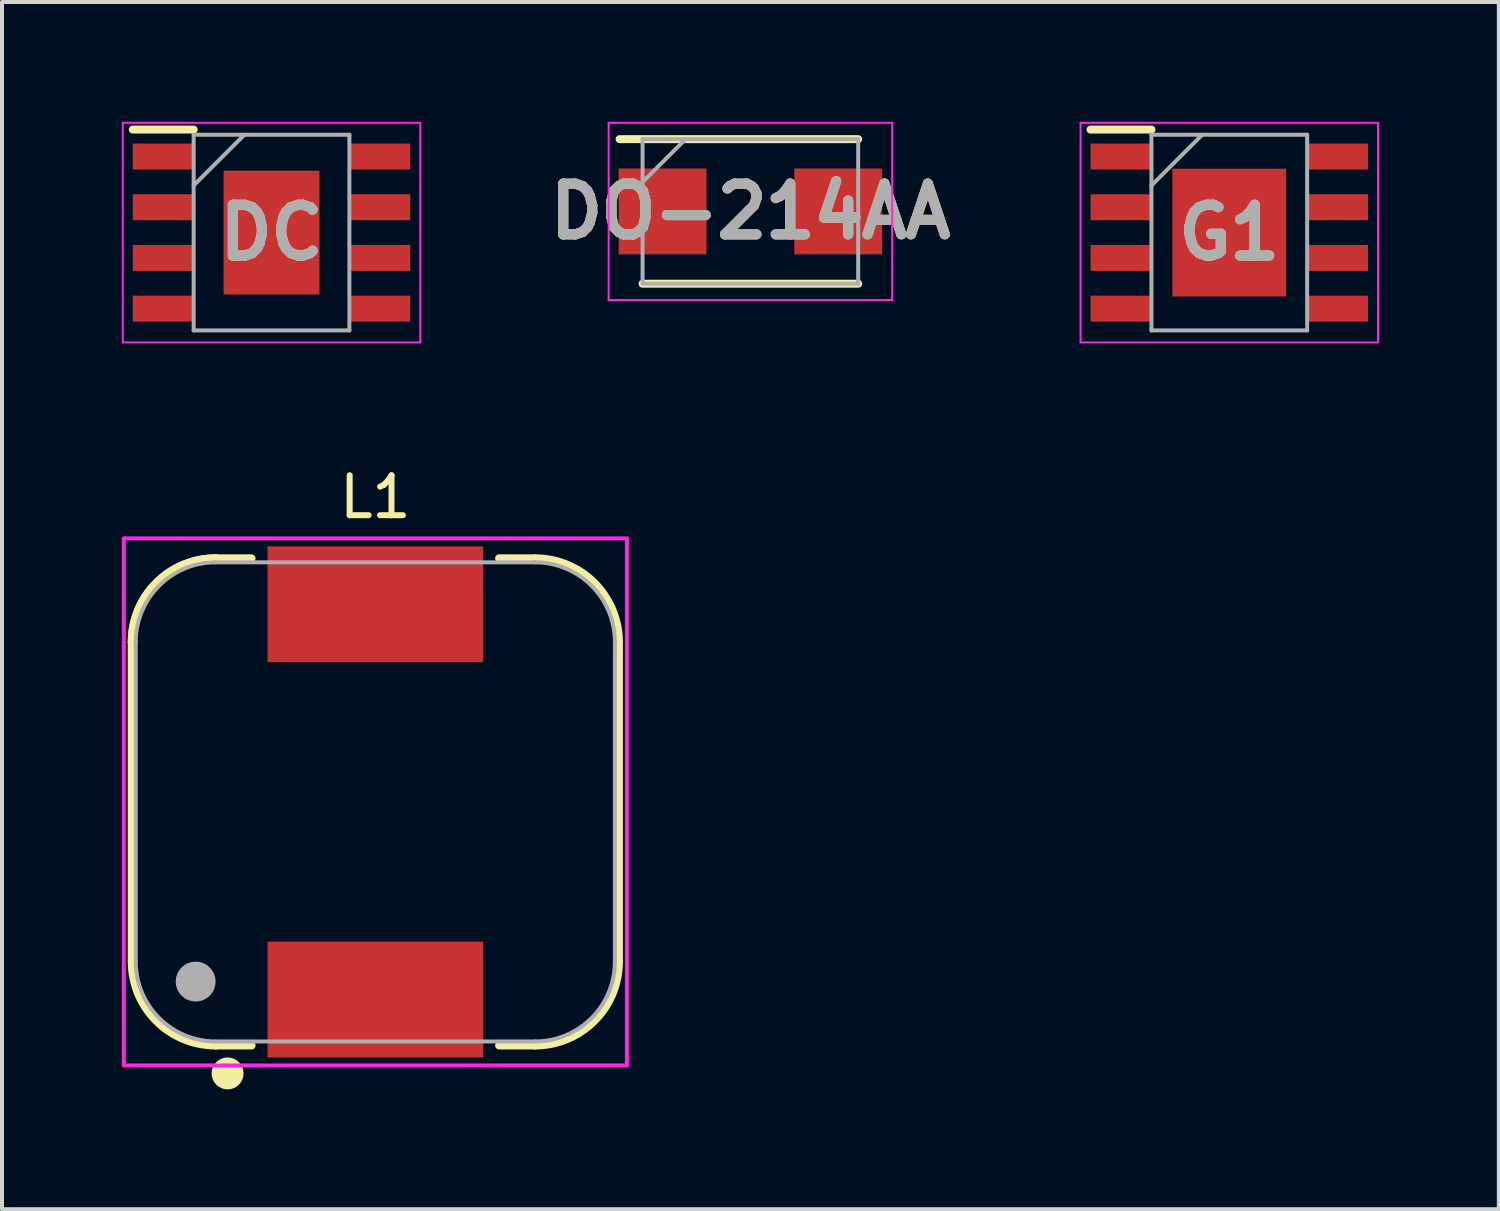
<source format=kicad_pcb>
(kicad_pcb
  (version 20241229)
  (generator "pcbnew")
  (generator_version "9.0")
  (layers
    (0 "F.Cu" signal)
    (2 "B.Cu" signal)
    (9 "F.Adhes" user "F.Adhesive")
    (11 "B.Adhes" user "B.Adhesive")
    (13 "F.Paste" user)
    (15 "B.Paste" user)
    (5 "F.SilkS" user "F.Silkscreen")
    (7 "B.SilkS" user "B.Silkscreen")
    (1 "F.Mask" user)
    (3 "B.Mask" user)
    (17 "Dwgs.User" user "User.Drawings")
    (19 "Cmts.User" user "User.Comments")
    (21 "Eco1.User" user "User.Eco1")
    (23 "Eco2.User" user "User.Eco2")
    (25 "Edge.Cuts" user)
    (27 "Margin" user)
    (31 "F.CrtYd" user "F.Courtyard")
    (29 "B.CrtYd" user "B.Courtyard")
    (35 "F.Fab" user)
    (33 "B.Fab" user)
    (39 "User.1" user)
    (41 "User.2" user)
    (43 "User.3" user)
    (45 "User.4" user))
  (footprint "G1"
    (layer "F.Cu")
    (at 27.737 2.775)
    (property "Reference" "G1" (at 0 0 0) (layer "F.SilkS") (effects (font (size 1.27 1.27) (thickness 0.254))))
    (attr smd)
    (fp_line (start -3.475 -2.58) (end -1.95 -2.58) (stroke (width 0.2) (type solid)) (layer "F.SilkS"))
    (fp_line (start -3.725 -2.75) (end 3.725 -2.75) (stroke (width 0.05) (type solid)) (layer "F.CrtYd"))
    (fp_line (start -3.725 2.75) (end -3.725 -2.75) (stroke (width 0.05) (type solid)) (layer "F.CrtYd"))
    (fp_line (start 3.725 -2.75) (end 3.725 2.75) (stroke (width 0.05) (type solid)) (layer "F.CrtYd"))
    (fp_line (start 3.725 2.75) (end -3.725 2.75) (stroke (width 0.05) (type solid)) (layer "F.CrtYd"))
    (fp_line (start -1.95 -2.45) (end 1.95 -2.45) (stroke (width 0.1) (type solid)) (layer "F.Fab"))
    (fp_line (start -1.95 -1.18) (end -0.68 -2.45) (stroke (width 0.1) (type solid)) (layer "F.Fab"))
    (fp_line (start -1.95 2.45) (end -1.95 -2.45) (stroke (width 0.1) (type solid)) (layer "F.Fab"))
    (fp_line (start 1.95 -2.45) (end 1.95 2.45) (stroke (width 0.1) (type solid)) (layer "F.Fab"))
    (fp_line (start 1.95 2.45) (end -1.95 2.45) (stroke (width 0.1) (type solid)) (layer "F.Fab"))
    (fp_text user "${REFERENCE}" (at 0 0 0) (layer "F.Fab") (effects (font (size 1.27 1.27) (thickness 0.254))))
    (pad "1" smd rect (at -2.712 -1.905 90) (size 0.65 1.525) (layers "F.Cu" "F.Mask" "F.Paste"))
    (pad "2" smd rect (at -2.712 -0.635 90) (size 0.65 1.525) (layers "F.Cu" "F.Mask" "F.Paste"))
    (pad "3" smd rect (at -2.712 0.635 90) (size 0.65 1.525) (layers "F.Cu" "F.Mask" "F.Paste"))
    (pad "4" smd rect (at -2.712 1.905 90) (size 0.65 1.525) (layers "F.Cu" "F.Mask" "F.Paste"))
    (pad "5" smd rect (at 2.712 1.905 90) (size 0.65 1.525) (layers "F.Cu" "F.Mask" "F.Paste"))
    (pad "6" smd rect (at 2.712 0.635 90) (size 0.65 1.525) (layers "F.Cu" "F.Mask" "F.Paste"))
    (pad "7" smd rect (at 2.712 -0.635 90) (size 0.65 1.525) (layers "F.Cu" "F.Mask" "F.Paste"))
    (pad "8" smd rect (at 2.712 -1.905 90) (size 0.65 1.525) (layers "F.Cu" "F.Mask" "F.Paste"))
    (pad "9" smd rect (at 0 0) (size 2.85 3.2) (layers "F.Cu" "F.Mask" "F.Paste")))
  (footprint "DC"
    (layer "F.Cu")
    (at 3.75 2.775)
    (property "Reference" "DC" (at 0 0 0) (layer "F.SilkS") (effects (font (size 1.27 1.27) (thickness 0.254))))
    (attr smd)
    (fp_line (start -3.475 -2.58) (end -1.95 -2.58) (stroke (width 0.2) (type solid)) (layer "F.SilkS"))
    (fp_line (start -3.725 -2.75) (end 3.725 -2.75) (stroke (width 0.05) (type solid)) (layer "F.CrtYd"))
    (fp_line (start -3.725 2.75) (end -3.725 -2.75) (stroke (width 0.05) (type solid)) (layer "F.CrtYd"))
    (fp_line (start 3.725 -2.75) (end 3.725 2.75) (stroke (width 0.05) (type solid)) (layer "F.CrtYd"))
    (fp_line (start 3.725 2.75) (end -3.725 2.75) (stroke (width 0.05) (type solid)) (layer "F.CrtYd"))
    (fp_line (start -1.95 -2.45) (end 1.95 -2.45) (stroke (width 0.1) (type solid)) (layer "F.Fab"))
    (fp_line (start -1.95 -1.18) (end -0.68 -2.45) (stroke (width 0.1) (type solid)) (layer "F.Fab"))
    (fp_line (start -1.95 2.45) (end -1.95 -2.45) (stroke (width 0.1) (type solid)) (layer "F.Fab"))
    (fp_line (start 1.95 -2.45) (end 1.95 2.45) (stroke (width 0.1) (type solid)) (layer "F.Fab"))
    (fp_line (start 1.95 2.45) (end -1.95 2.45) (stroke (width 0.1) (type solid)) (layer "F.Fab"))
    (fp_text user "${REFERENCE}" (at 0 0 0) (layer "F.Fab") (effects (font (size 1.27 1.27) (thickness 0.254))))
    (pad "1" smd rect (at -2.712 -1.905 90) (size 0.65 1.525) (layers "F.Cu" "F.Mask" "F.Paste"))
    (pad "2" smd rect (at -2.712 -0.635 90) (size 0.65 1.525) (layers "F.Cu" "F.Mask" "F.Paste"))
    (pad "3" smd rect (at -2.712 0.635 90) (size 0.65 1.525) (layers "F.Cu" "F.Mask" "F.Paste"))
    (pad "4" smd rect (at -2.712 1.905 90) (size 0.65 1.525) (layers "F.Cu" "F.Mask" "F.Paste"))
    (pad "5" smd rect (at 2.712 1.905 90) (size 0.65 1.525) (layers "F.Cu" "F.Mask" "F.Paste"))
    (pad "6" smd rect (at 2.712 0.635 90) (size 0.65 1.525) (layers "F.Cu" "F.Mask" "F.Paste"))
    (pad "7" smd rect (at 2.712 -0.635 90) (size 0.65 1.525) (layers "F.Cu" "F.Mask" "F.Paste"))
    (pad "8" smd rect (at 2.712 -1.905 90) (size 0.65 1.525) (layers "F.Cu" "F.Mask" "F.Paste"))
    (pad "9" smd rect (at 0 0) (size 2.4 3.1) (layers "F.Cu" "F.Mask" "F.Paste")))
  (footprint "DO-214AA"
    (layer "F.Cu")
    (at 15.743 2.245)
    (property "Reference" "DO-214AA" (at 0 0 0) (layer "F.SilkS") (effects (font (size 1.27 1.27) (thickness 0.254))))
    (attr smd)
    (fp_line (start -2.7 1.81) (end 2.7 1.81) (stroke (width 0.2) (type solid)) (layer "F.SilkS"))
    (fp_line (start 2.7 -1.81) (end -3.275 -1.81) (stroke (width 0.2) (type solid)) (layer "F.SilkS"))
    (fp_line (start -3.55 -2.22) (end 3.55 -2.22) (stroke (width 0.05) (type solid)) (layer "F.CrtYd"))
    (fp_line (start -3.55 2.22) (end -3.55 -2.22) (stroke (width 0.05) (type solid)) (layer "F.CrtYd"))
    (fp_line (start 3.55 -2.22) (end 3.55 2.22) (stroke (width 0.05) (type solid)) (layer "F.CrtYd"))
    (fp_line (start 3.55 2.22) (end -3.55 2.22) (stroke (width 0.05) (type solid)) (layer "F.CrtYd"))
    (fp_line (start -2.7 -1.81) (end 2.7 -1.81) (stroke (width 0.1) (type solid)) (layer "F.Fab"))
    (fp_line (start -2.7 -0.735) (end -1.625 -1.81) (stroke (width 0.1) (type solid)) (layer "F.Fab"))
    (fp_line (start -2.7 1.81) (end -2.7 -1.81) (stroke (width 0.1) (type solid)) (layer "F.Fab"))
    (fp_line (start 2.7 -1.81) (end 2.7 1.81) (stroke (width 0.1) (type solid)) (layer "F.Fab"))
    (fp_line (start 2.7 1.81) (end -2.7 1.81) (stroke (width 0.1) (type solid)) (layer "F.Fab"))
    (fp_text user "${REFERENCE}" (at 0 0 0) (layer "F.Fab") (effects (font (size 1.27 1.27) (thickness 0.254))))
    (pad "1" smd rect (at -2.2 0 90) (size 2.15 2.2) (layers "F.Cu" "F.Mask" "F.Paste"))
    (pad "2" smd rect (at 2.2 0 90) (size 2.15 2.2) (layers "F.Cu" "F.Mask" "F.Paste")))
  (footprint "L1"
    (layer "F.Cu")
    (at 6.35 17.033)
    (property "Reference" "L1" (at 0 -7.635 0) (layer "F.SilkS") (effects (font (size 1 1) (thickness 0.15))))
    (attr smd)
    (fp_line (start -6.1 4) (end -6.1 -4) (stroke (width 0.2) (type solid)) (layer "F.SilkS"))
    (fp_line (start -4 -6.1) (end -3.1 -6.1) (stroke (width 0.2) (type solid)) (layer "F.SilkS"))
    (fp_line (start -3.1 6.1) (end -4 6.1) (stroke (width 0.2) (type solid)) (layer "F.SilkS"))
    (fp_line (start 3.1 6.1) (end 4 6.1) (stroke (width 0.2) (type solid)) (layer "F.SilkS"))
    (fp_line (start 4 -6.1) (end 3.1 -6.1) (stroke (width 0.2) (type solid)) (layer "F.SilkS"))
    (fp_line (start 6.1 4) (end 6.1 -4) (stroke (width 0.2) (type solid)) (layer "F.SilkS"))
    (fp_arc (start -6.1 -4) (mid -5.484924 -5.484924) (end -4 -6.1) (stroke (width 0.2) (type solid)) (layer "F.SilkS"))
    (fp_arc (start -6.1 -4) (mid -5.484924 -5.484924) (end -4 -6.1) (stroke (width 0.2) (type solid)) (layer "F.SilkS"))
    (fp_arc (start -4 6.1) (mid -5.484924 5.484924) (end -6.1 4) (stroke (width 0.2) (type solid)) (layer "F.SilkS"))
    (fp_arc (start 4 -6.1) (mid 5.484924 -5.484924) (end 6.1 -4) (stroke (width 0.2) (type solid)) (layer "F.SilkS"))
    (fp_arc (start 6.1 4) (mid 5.484924 5.484924) (end 4 6.1) (stroke (width 0.2) (type solid)) (layer "F.SilkS"))
    (fp_circle (center -3.7 6.8) (end -3.5 6.8) (stroke (width 0.4) (type solid)) (fill no) (layer "F.SilkS"))
    (fp_poly (pts (xy -6.3 6.6) (xy -6.3 -6.6) (xy 6.3 -6.6) (xy 6.3 6.6)) (stroke (width 0.1) (type solid)) (fill no) (layer "F.CrtYd"))
    (fp_line (start -6 4) (end -6 -4) (stroke (width 0.1) (type solid)) (layer "F.Fab"))
    (fp_line (start -4 6) (end 4 6) (stroke (width 0.1) (type solid)) (layer "F.Fab"))
    (fp_line (start 4 -6) (end -4 -6) (stroke (width 0.1) (type solid)) (layer "F.Fab"))
    (fp_line (start 6 4) (end 6 -4) (stroke (width 0.1) (type solid)) (layer "F.Fab"))
    (fp_arc (start -6 -4) (mid -5.414214 -5.414214) (end -4 -6) (stroke (width 0.1) (type solid)) (layer "F.Fab"))
    (fp_arc (start -4 6) (mid -5.414214 5.414214) (end -6 4) (stroke (width 0.1) (type solid)) (layer "F.Fab"))
    (fp_arc (start 4 -6) (mid 5.414214 -5.414214) (end 6 -4) (stroke (width 0.1) (type solid)) (layer "F.Fab"))
    (fp_arc (start 6 4) (mid 5.414214 5.414214) (end 4 6) (stroke (width 0.1) (type solid)) (layer "F.Fab"))
    (fp_circle (center -4.5 4.5) (end -4.25 4.5) (stroke (width 0.5) (type solid)) (fill no) (layer "F.Fab"))
    (pad "1" smd rect (at 0 4.95) (size 5.4 2.9) (layers "F.Cu" "F.Mask" "F.Paste"))
    (pad "2" smd rect (at 0 -4.95) (size 5.4 2.9) (layers "F.Cu" "F.Mask" "F.Paste"))
    (zone (net_name "") (layer "F.Cu") (hatch full 0.508) (connect_pads) (min_thickness 0.1) (filled_areas_thickness no) (keepout (tracks not_allowed) (vias not_allowed) (pads not_allowed) (copperpour not_allowed) (footprints allowed)) (placement (enabled no)) (fill) (polygon (pts (xy 0.35 13.033) (xy 0.35 21.033) (xy 0.353 21.138) (xy 0.361 21.242) (xy 0.375 21.346) (xy 0.394 21.449) (xy 0.418 21.551) (xy 0.448 21.651) (xy 0.483 21.75) (xy 0.523 21.846) (xy 0.568 21.941) (xy 0.618 22.033) (xy 0.673 22.122) (xy 0.732 22.209) (xy 0.796 22.292) (xy 0.864 22.371) (xy 0.936 22.447) (xy 1.012 22.519) (xy 1.091 22.587) (xy 1.174 22.651) (xy 1.261 22.71) (xy 1.35 22.765) (xy 1.442 22.815) (xy 1.537 22.86) (xy 1.633 22.9) (xy 1.732 22.935) (xy 1.832 22.965) (xy 1.934 22.989) (xy 2.037 23.008) (xy 2.141 23.022) (xy 2.245 23.03) (xy 2.35 23.033) (xy 3.45 23.033) (xy 3.45 20.333) (xy 9.25 20.333) (xy 9.25 23.033) (xy 10.35 23.033) (xy 10.455 23.03) (xy 10.559 23.022) (xy 10.663 23.008) (xy 10.766 22.989) (xy 10.868 22.965) (xy 10.968 22.935) (xy 11.067 22.9) (xy 11.163 22.86) (xy 11.258 22.815) (xy 11.35 22.765) (xy 11.439 22.71) (xy 11.526 22.651) (xy 11.609 22.587) (xy 11.688 22.519) (xy 11.764 22.447) (xy 11.836 22.371) (xy 11.904 22.292) (xy 11.968 22.209) (xy 12.027 22.122) (xy 12.082 22.033) (xy 12.132 21.941) (xy 12.177 21.846) (xy 12.217 21.75) (xy 12.252 21.651) (xy 12.282 21.551) (xy 12.306 21.449) (xy 12.325 21.346) (xy 12.339 21.242) (xy 12.347 21.138) (xy 12.35 21.033) (xy 12.35 13.033) (xy 12.347 12.928) (xy 12.339 12.824) (xy 12.325 12.72) (xy 12.306 12.617) (xy 12.282 12.515) (xy 12.252 12.415) (xy 12.217 12.316) (xy 12.177 12.22) (xy 12.132 12.125) (xy 12.082 12.033) (xy 12.027 11.944) (xy 11.968 11.857) (xy 11.904 11.774) (xy 11.836 11.695) (xy 11.764 11.619) (xy 11.688 11.547) (xy 11.609 11.479) (xy 11.526 11.415) (xy 11.439 11.356) (xy 11.35 11.301) (xy 11.258 11.251) (xy 11.163 11.206) (xy 11.067 11.166) (xy 10.968 11.131) (xy 10.868 11.101) (xy 10.766 11.077) (xy 10.663 11.058) (xy 10.559 11.044) (xy 10.455 11.036) (xy 10.35 11.033) (xy 9.25 11.033) (xy 9.25 13.733) (xy 3.45 13.733) (xy 3.45 11.033) (xy 2.35 11.033) (xy 2.245 11.036) (xy 2.141 11.044) (xy 2.037 11.058) (xy 1.934 11.077) (xy 1.832 11.101) (xy 1.732 11.131) (xy 1.633 11.166) (xy 1.537 11.206) (xy 1.442 11.251) (xy 1.35 11.301) (xy 1.261 11.356) (xy 1.174 11.415) (xy 1.091 11.479) (xy 1.012 11.547) (xy 0.936 11.619) (xy 0.864 11.695) (xy 0.796 11.774) (xy 0.732 11.857) (xy 0.673 11.944) (xy 0.618 12.033) (xy 0.568 12.125) (xy 0.523 12.22) (xy 0.483 12.316) (xy 0.448 12.415) (xy 0.418 12.515) (xy 0.394 12.617) (xy 0.375 12.72) (xy 0.361 12.824) (xy 0.353 12.928))))
    (zone (net_name "") (layers "F.Cu" "B.Cu") (hatch full 0.508) (connect_pads) (min_thickness 0.1) (filled_areas_thickness no) (keepout (tracks allowed) (vias not_allowed) (pads allowed) (copperpour allowed) (footprints allowed)) (placement (enabled no)) (fill) (polygon (pts (xy 0.35 13.033) (xy 0.35 21.033) (xy 0.353 21.138) (xy 0.361 21.242) (xy 0.375 21.346) (xy 0.394 21.449) (xy 0.418 21.551) (xy 0.448 21.651) (xy 0.483 21.75) (xy 0.523 21.846) (xy 0.568 21.941) (xy 0.618 22.033) (xy 0.673 22.122) (xy 0.732 22.209) (xy 0.796 22.292) (xy 0.864 22.371) (xy 0.936 22.447) (xy 1.012 22.519) (xy 1.091 22.587) (xy 1.174 22.651) (xy 1.261 22.71) (xy 1.35 22.765) (xy 1.442 22.815) (xy 1.537 22.86) (xy 1.633 22.9) (xy 1.732 22.935) (xy 1.832 22.965) (xy 1.934 22.989) (xy 2.037 23.008) (xy 2.141 23.022) (xy 2.245 23.03) (xy 2.35 23.033) (xy 3.45 23.033) (xy 3.45 20.333) (xy 9.25 20.333) (xy 9.25 23.033) (xy 10.35 23.033) (xy 10.455 23.03) (xy 10.559 23.022) (xy 10.663 23.008) (xy 10.766 22.989) (xy 10.868 22.965) (xy 10.968 22.935) (xy 11.067 22.9) (xy 11.163 22.86) (xy 11.258 22.815) (xy 11.35 22.765) (xy 11.439 22.71) (xy 11.526 22.651) (xy 11.609 22.587) (xy 11.688 22.519) (xy 11.764 22.447) (xy 11.836 22.371) (xy 11.904 22.292) (xy 11.968 22.209) (xy 12.027 22.122) (xy 12.082 22.033) (xy 12.132 21.941) (xy 12.177 21.846) (xy 12.217 21.75) (xy 12.252 21.651) (xy 12.282 21.551) (xy 12.306 21.449) (xy 12.325 21.346) (xy 12.339 21.242) (xy 12.347 21.138) (xy 12.35 21.033) (xy 12.35 13.033) (xy 12.347 12.928) (xy 12.339 12.824) (xy 12.325 12.72) (xy 12.306 12.617) (xy 12.282 12.515) (xy 12.252 12.415) (xy 12.217 12.316) (xy 12.177 12.22) (xy 12.132 12.125) (xy 12.082 12.033) (xy 12.027 11.944) (xy 11.968 11.857) (xy 11.904 11.774) (xy 11.836 11.695) (xy 11.764 11.619) (xy 11.688 11.547) (xy 11.609 11.479) (xy 11.526 11.415) (xy 11.439 11.356) (xy 11.35 11.301) (xy 11.258 11.251) (xy 11.163 11.206) (xy 11.067 11.166) (xy 10.968 11.131) (xy 10.868 11.101) (xy 10.766 11.077) (xy 10.663 11.058) (xy 10.559 11.044) (xy 10.455 11.036) (xy 10.35 11.033) (xy 9.25 11.033) (xy 9.25 13.733) (xy 3.45 13.733) (xy 3.45 11.033) (xy 2.35 11.033) (xy 2.245 11.036) (xy 2.141 11.044) (xy 2.037 11.058) (xy 1.934 11.077) (xy 1.832 11.101) (xy 1.732 11.131) (xy 1.633 11.166) (xy 1.537 11.206) (xy 1.442 11.251) (xy 1.35 11.301) (xy 1.261 11.356) (xy 1.174 11.415) (xy 1.091 11.479) (xy 1.012 11.547) (xy 0.936 11.619) (xy 0.864 11.695) (xy 0.796 11.774) (xy 0.732 11.857) (xy 0.673 11.944) (xy 0.618 12.033) (xy 0.568 12.125) (xy 0.523 12.22) (xy 0.483 12.316) (xy 0.448 12.415) (xy 0.418 12.515) (xy 0.394 12.617) (xy 0.375 12.72) (xy 0.361 12.824) (xy 0.353 12.928)))))
  (gr_rect
    (start -3 -3)
    (end 34.487 27.233)
    (stroke (width 0.1) (type default))
    (fill no)
    (layer "Edge.Cuts")))
</source>
